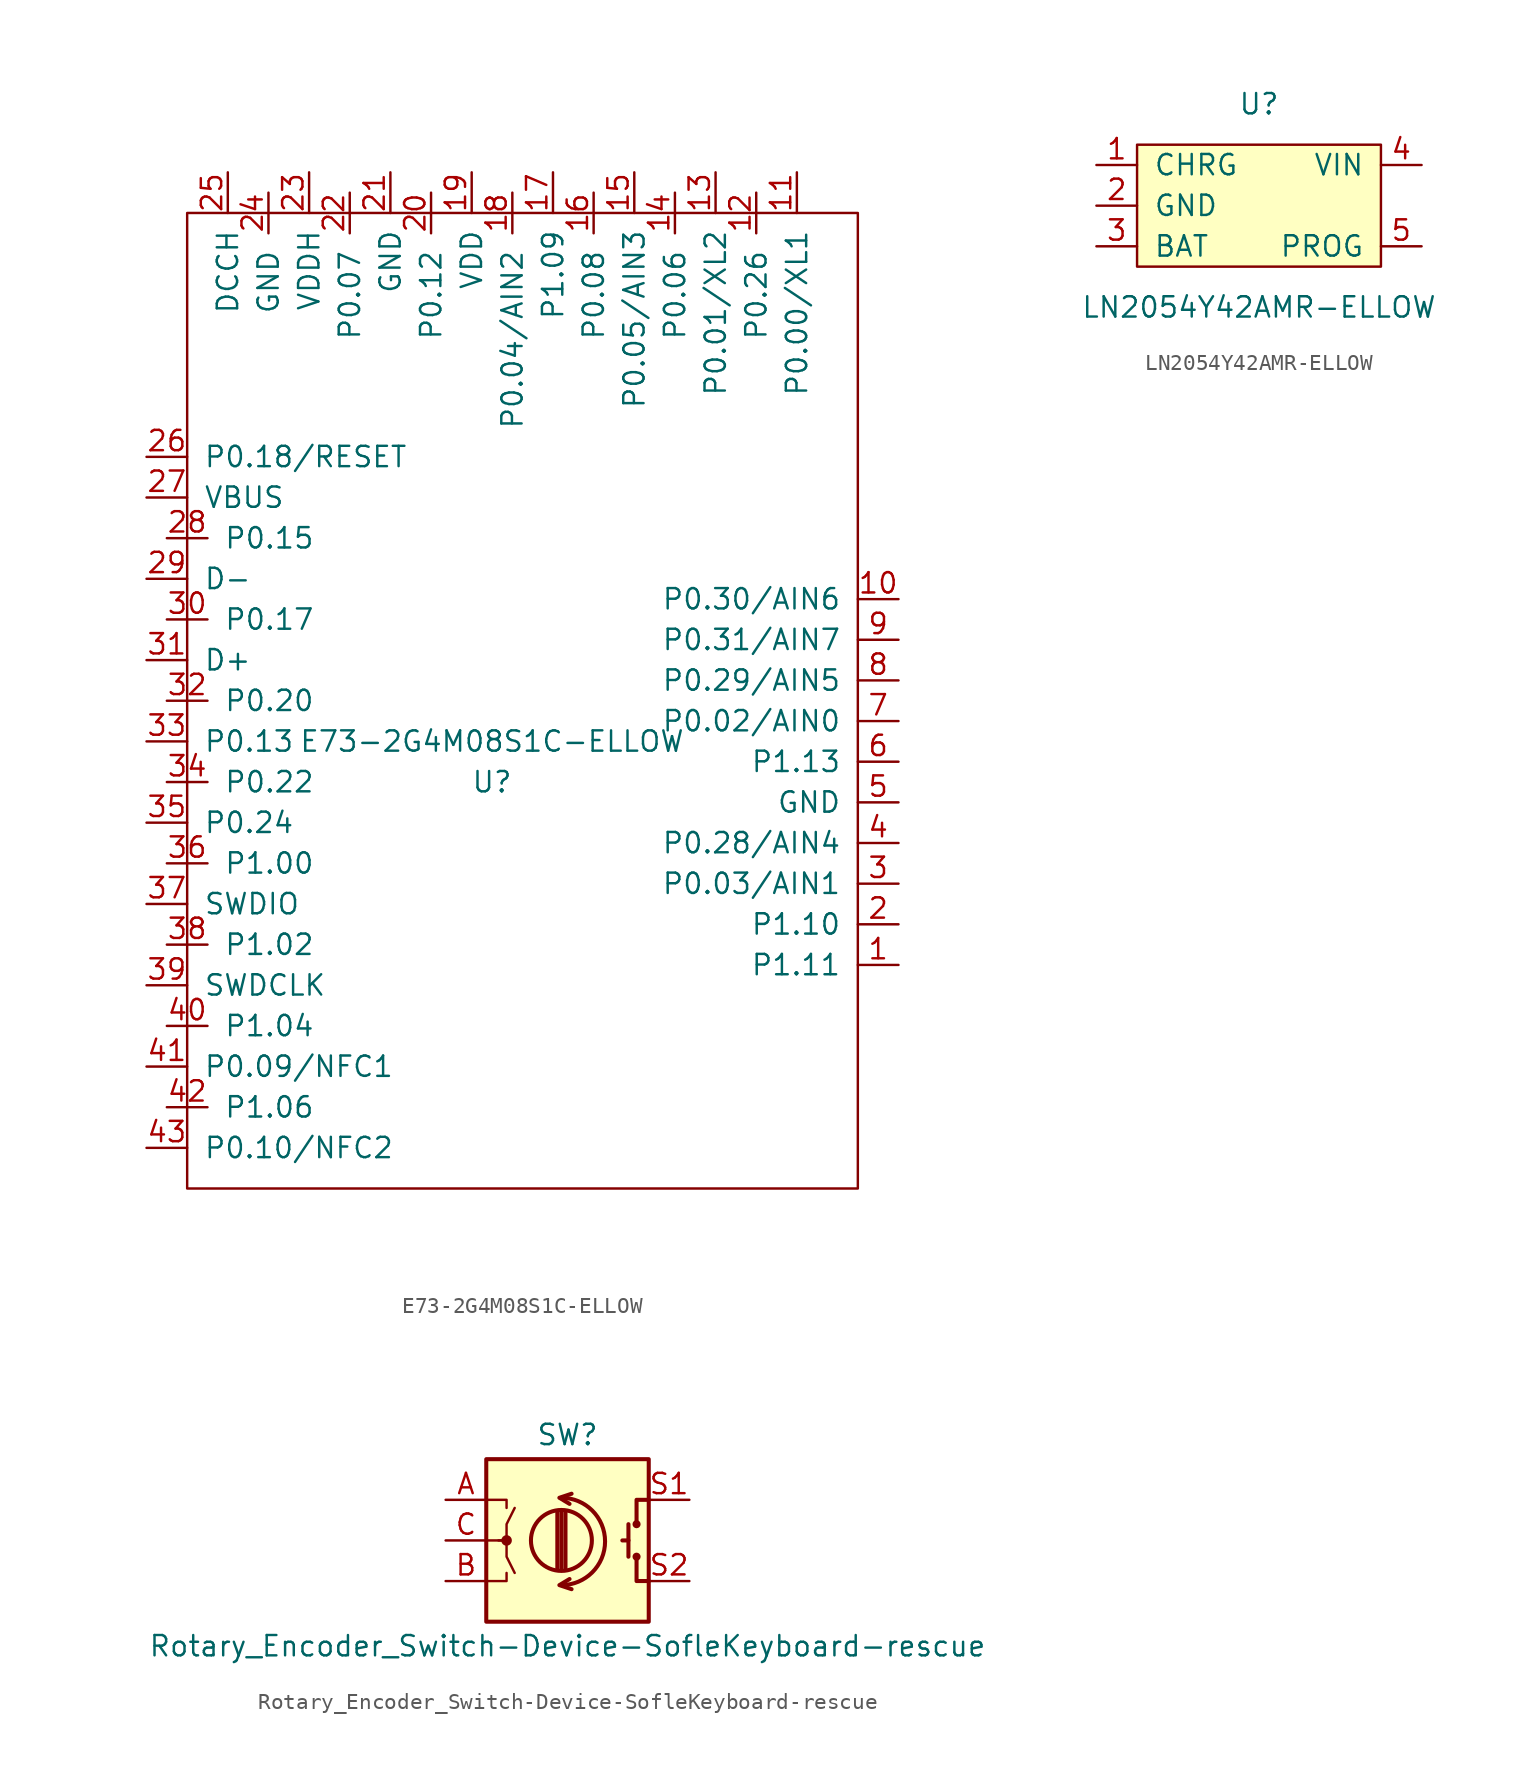
<source format=kicad_sym>
(kicad_symbol_lib
  (version 20201005)
  (generator kicad_symbol_editor)
  (symbol "E73-2G4M08S1C-ELLOW"
    (pin_names
      (offset 1.016))
    (property "Reference" "U"
      (at 0 -1.27 0)
      (effects (font (size 1.27 1.27))))
    (property "Value" "E73-2G4M08S1C-ELLOW"
      (at 0 1.27 0)
      (effects (font (size 1.27 1.27))))
    (symbol "E73-2G4M08S1C-ELLOW_0_0"
      (pin bidirectional line (at 25.4 10.16 180) (length 2.54) (name "P0.30/AIN6" (effects (font (size 1.27 1.27)))) (number "10" (effects (font (size 1.27 1.27)))))
      (pin bidirectional line (at 19.05 36.83 270) (length 2.54) (name "P0.00/XL1" (effects (font (size 1.27 1.27)))) (number "11" (effects (font (size 1.27 1.27)))))
      (pin bidirectional line (at 16.51 35.56 270) (length 2.54) (name "P0.26" (effects (font (size 1.27 1.27)))) (number "12" (effects (font (size 1.27 1.27)))))
      (pin bidirectional line (at 13.97 36.83 270) (length 2.54) (name "P0.01/XL2" (effects (font (size 1.27 1.27)))) (number "13" (effects (font (size 1.27 1.27)))))
      (pin bidirectional line (at 11.43 35.56 270) (length 2.54) (name "P0.06" (effects (font (size 1.27 1.27)))) (number "14" (effects (font (size 1.27 1.27)))))
      (pin bidirectional line (at 8.89 36.83 270) (length 2.54) (name "P0.05/AIN3" (effects (font (size 1.27 1.27)))) (number "15" (effects (font (size 1.27 1.27)))))
      (pin bidirectional line (at 6.35 35.56 270) (length 2.54) (name "P0.08" (effects (font (size 1.27 1.27)))) (number "16" (effects (font (size 1.27 1.27)))))
      (pin bidirectional line (at 3.81 36.83 270) (length 2.54) (name "P1.09" (effects (font (size 1.27 1.27)))) (number "17" (effects (font (size 1.27 1.27)))))
      (pin bidirectional line (at 1.27 35.56 270) (length 2.54) (name "P0.04/AIN2" (effects (font (size 1.27 1.27)))) (number "18" (effects (font (size 1.27 1.27)))))
      (pin unspecified line (at -1.27 36.83 270) (length 2.54) (name "VDD" (effects (font (size 1.27 1.27)))) (number "19" (effects (font (size 1.27 1.27)))))
      (pin bidirectional line (at -3.81 35.56 270) (length 2.54) (name "P0.12" (effects (font (size 1.27 1.27)))) (number "20" (effects (font (size 1.27 1.27)))))
      (pin unspecified line (at -6.35 36.83 270) (length 2.54) (name "GND" (effects (font (size 1.27 1.27)))) (number "21" (effects (font (size 1.27 1.27)))))
      (pin bidirectional line (at -8.89 35.56 270) (length 2.54) (name "P0.07" (effects (font (size 1.27 1.27)))) (number "22" (effects (font (size 1.27 1.27)))))
      (pin unspecified line (at -11.43 36.83 270) (length 2.54) (name "VDDH" (effects (font (size 1.27 1.27)))) (number "23" (effects (font (size 1.27 1.27)))))
      (pin unspecified line (at -13.97 35.56 270) (length 2.54) (name "GND" (effects (font (size 1.27 1.27)))) (number "24" (effects (font (size 1.27 1.27)))))
      (pin bidirectional line (at -16.51 36.83 270) (length 2.54) (name "DCCH" (effects (font (size 1.27 1.27)))) (number "25" (effects (font (size 1.27 1.27)))))
      (pin bidirectional line (at -21.59 19.05 0) (length 2.54) (name "P0.18/RESET" (effects (font (size 1.27 1.27)))) (number "26" (effects (font (size 1.27 1.27)))))
      (pin unspecified line (at -21.59 16.51 0) (length 2.54) (name "VBUS" (effects (font (size 1.27 1.27)))) (number "27" (effects (font (size 1.27 1.27)))))
      (pin bidirectional line (at -20.32 13.97 0) (length 2.54) (name "P0.15" (effects (font (size 1.27 1.27)))) (number "28" (effects (font (size 1.27 1.27)))))
      (pin output line (at -21.59 11.43 0) (length 2.54) (name "D-" (effects (font (size 1.27 1.27)))) (number "29" (effects (font (size 1.27 1.27)))))
      (pin bidirectional line (at -20.32 8.89 0) (length 2.54) (name "P0.17" (effects (font (size 1.27 1.27)))) (number "30" (effects (font (size 1.27 1.27)))))
      (pin output line (at -21.59 6.35 0) (length 2.54) (name "D+" (effects (font (size 1.27 1.27)))) (number "31" (effects (font (size 1.27 1.27)))))
      (pin bidirectional line (at -20.32 3.81 0) (length 2.54) (name "P0.20" (effects (font (size 1.27 1.27)))) (number "32" (effects (font (size 1.27 1.27)))))
      (pin bidirectional line (at -21.59 1.27 0) (length 2.54) (name "P0.13" (effects (font (size 1.27 1.27)))) (number "33" (effects (font (size 1.27 1.27)))))
      (pin bidirectional line (at -20.32 -1.27 0) (length 2.54) (name "P0.22" (effects (font (size 1.27 1.27)))) (number "34" (effects (font (size 1.27 1.27)))))
      (pin bidirectional line (at -21.59 -3.81 0) (length 2.54) (name "P0.24" (effects (font (size 1.27 1.27)))) (number "35" (effects (font (size 1.27 1.27)))))
      (pin bidirectional line (at -20.32 -6.35 0) (length 2.54) (name "P1.00" (effects (font (size 1.27 1.27)))) (number "36" (effects (font (size 1.27 1.27)))))
      (pin unspecified line (at -21.59 -8.89 0) (length 2.54) (name "SWDIO" (effects (font (size 1.27 1.27)))) (number "37" (effects (font (size 1.27 1.27)))))
      (pin bidirectional line (at -20.32 -11.43 0) (length 2.54) (name "P1.02" (effects (font (size 1.27 1.27)))) (number "38" (effects (font (size 1.27 1.27)))))
      (pin unspecified line (at -21.59 -13.97 0) (length 2.54) (name "SWDCLK" (effects (font (size 1.27 1.27)))) (number "39" (effects (font (size 1.27 1.27)))))
      (pin bidirectional line (at -20.32 -16.51 0) (length 2.54) (name "P1.04" (effects (font (size 1.27 1.27)))) (number "40" (effects (font (size 1.27 1.27)))))
      (pin bidirectional line (at -21.59 -19.05 0) (length 2.54) (name "P0.09/NFC1" (effects (font (size 1.27 1.27)))) (number "41" (effects (font (size 1.27 1.27)))))
      (pin bidirectional line (at -20.32 -21.59 0) (length 2.54) (name "P1.06" (effects (font (size 1.27 1.27)))) (number "42" (effects (font (size 1.27 1.27)))))
      (pin bidirectional line (at -21.59 -24.13 0) (length 2.54) (name "P0.10/NFC2" (effects (font (size 1.27 1.27)))) (number "43" (effects (font (size 1.27 1.27)))))
      (pin bidirectional line (at 25.4 5.08 180) (length 2.54) (name "P0.29/AIN5" (effects (font (size 1.27 1.27)))) (number "8" (effects (font (size 1.27 1.27)))))
      (pin bidirectional line (at 25.4 7.62 180) (length 2.54) (name "P0.31/AIN7" (effects (font (size 1.27 1.27)))) (number "9" (effects (font (size 1.27 1.27))))))
    (symbol "E73-2G4M08S1C-ELLOW_0_1"
      (rectangle (start -19.05 34.29) (end 22.86 -26.67) (stroke (width 0)) (fill (type none))))
    (symbol "E73-2G4M08S1C-ELLOW_1_1"
      (pin bidirectional line (at 25.4 -12.7 180) (length 2.54) (name "P1.11" (effects (font (size 1.27 1.27)))) (number "1" (effects (font (size 1.27 1.27)))))
      (pin bidirectional line (at 25.4 -10.16 180) (length 2.54) (name "P1.10" (effects (font (size 1.27 1.27)))) (number "2" (effects (font (size 1.27 1.27)))))
      (pin bidirectional line (at 25.4 -7.62 180) (length 2.54) (name "P0.03/AIN1" (effects (font (size 1.27 1.27)))) (number "3" (effects (font (size 1.27 1.27)))))
      (pin bidirectional line (at 25.4 -5.08 180) (length 2.54) (name "P0.28/AIN4" (effects (font (size 1.27 1.27)))) (number "4" (effects (font (size 1.27 1.27)))))
      (pin power_in line (at 25.4 -2.54 180) (length 2.54) (name "GND" (effects (font (size 1.27 1.27)))) (number "5" (effects (font (size 1.27 1.27)))))
      (pin bidirectional line (at 25.4 0 180) (length 2.54) (name "P1.13" (effects (font (size 1.27 1.27)))) (number "6" (effects (font (size 1.27 1.27)))))
      (pin bidirectional line (at 25.4 2.54 180) (length 2.54) (name "P0.02/AIN0" (effects (font (size 1.27 1.27)))) (number "7" (effects (font (size 1.27 1.27)))))))
  (symbol "LN2054Y42AMR-ELLOW"
    (pin_names
      (offset 1.016))
    (property "Reference" "U"
      (at 0 6.35 0)
      (effects (font (size 1.27 1.27))))
    (property "Value" "LN2054Y42AMR-ELLOW"
      (at 0 -6.35 0)
      (effects (font (size 1.27 1.27))))
    (symbol "LN2054Y42AMR-ELLOW_0_1"
      (rectangle (start 7.62 -3.81) (end -7.62 3.81) (stroke (width 0)) (fill (type background))))
    (symbol "LN2054Y42AMR-ELLOW_1_1"
      (pin output line (at -10.16 2.54 0) (length 2.54) (name "CHRG" (effects (font (size 1.27 1.27)))) (number "1" (effects (font (size 1.27 1.27)))))
      (pin power_in line (at -10.16 0 0) (length 2.54) (name "GND" (effects (font (size 1.27 1.27)))) (number "2" (effects (font (size 1.27 1.27)))))
      (pin power_out line (at -10.16 -2.54 0) (length 2.54) (name "BAT" (effects (font (size 1.27 1.27)))) (number "3" (effects (font (size 1.27 1.27)))))
      (pin power_in line (at 10.16 2.54 180) (length 2.54) (name "VIN" (effects (font (size 1.27 1.27)))) (number "4" (effects (font (size 1.27 1.27)))))
      (pin input line (at 10.16 -2.54 180) (length 2.54) (name "PROG" (effects (font (size 1.27 1.27)))) (number "5" (effects (font (size 1.27 1.27)))))))
  (symbol "Rotary_Encoder_Switch-Device-SofleKeyboard-rescue"
    (pin_names
      (offset 0.254) hide)
    (property "Reference" "SW"
      (at 0 6.604 0)
      (effects (font (size 1.27 1.27))))
    (property "Value" "Rotary_Encoder_Switch-Device-SofleKeyboard-rescue"
      (at 0 -6.604 0)
      (effects (font (size 1.27 1.27))))
    (symbol "Rotary_Encoder_Switch-Device-SofleKeyboard-rescue_0_1"
      (arc (start -0.381 -2.794) (end -0.381 2.667) (radius (at -0.381 -0.0508) (length 2.7432) (angles -89.9 89.9)) (stroke (width 0.254)) (fill (type none)))
      (circle (center -0.381 0) (radius 1.905) (stroke (width 0.254)) (fill (type none)))
      (circle (center 4.318 -1.016) (radius 0.127) (stroke (width 0.254)) (fill (type none)))
      (circle (center 4.318 1.016) (radius 0.127) (stroke (width 0.254)) (fill (type none)))
      (circle (center -3.81 0) (radius 0.254) (stroke (width 0)) (fill (type outline)))
      (rectangle (start -5.08 5.08) (end 5.08 -5.08) (stroke (width 0.254)) (fill (type background)))
      (polyline (pts (xy -0.635 -1.778) (xy -0.635 1.778)) (stroke (width 0.254)) (fill (type none)))
      (polyline (pts (xy -0.381 -1.778) (xy -0.381 1.778)) (stroke (width 0.254)) (fill (type none)))
      (polyline (pts (xy -0.127 1.778) (xy -0.127 -1.778)) (stroke (width 0.254)) (fill (type none)))
      (polyline (pts (xy 3.81 0) (xy 3.429 0)) (stroke (width 0.254)) (fill (type none)))
      (polyline (pts (xy 3.81 1.016) (xy 3.81 -1.016)) (stroke (width 0.254)) (fill (type none)))
      (polyline (pts (xy -5.08 -2.54) (xy -3.81 -2.54) (xy -3.81 -2.032)) (stroke (width 0)) (fill (type none)))
      (polyline (pts (xy -5.08 2.54) (xy -3.81 2.54) (xy -3.81 2.032)) (stroke (width 0)) (fill (type none)))
      (polyline (pts (xy 0.254 -3.048) (xy -0.508 -2.794) (xy 0.127 -2.413)) (stroke (width 0.254)) (fill (type none)))
      (polyline (pts (xy 0.254 2.921) (xy -0.508 2.667) (xy 0.127 2.286)) (stroke (width 0.254)) (fill (type none)))
      (polyline (pts (xy 5.08 -2.54) (xy 4.318 -2.54) (xy 4.318 -1.016)) (stroke (width 0.254)) (fill (type none)))
      (polyline (pts (xy 5.08 2.54) (xy 4.318 2.54) (xy 4.318 1.016)) (stroke (width 0.254)) (fill (type none)))
      (polyline (pts (xy -5.08 0) (xy -3.81 0) (xy -3.81 -1.016) (xy -3.302 -2.032)) (stroke (width 0)) (fill (type none)))
      (polyline (pts (xy -4.318 0) (xy -3.81 0) (xy -3.81 1.016) (xy -3.302 2.032)) (stroke (width 0)) (fill (type none))))
    (symbol "Rotary_Encoder_Switch-Device-SofleKeyboard-rescue_1_1"
      (pin passive line (at -7.62 2.54 0) (length 2.54) (name "A" (effects (font (size 1.27 1.27)))) (number "A" (effects (font (size 1.27 1.27)))))
      (pin passive line (at -7.62 -2.54 0) (length 2.54) (name "B" (effects (font (size 1.27 1.27)))) (number "B" (effects (font (size 1.27 1.27)))))
      (pin passive line (at -7.62 0 0) (length 2.54) (name "C" (effects (font (size 1.27 1.27)))) (number "C" (effects (font (size 1.27 1.27)))))
      (pin passive line (at 7.62 2.54 180) (length 2.54) (name "S1" (effects (font (size 1.27 1.27)))) (number "S1" (effects (font (size 1.27 1.27)))))
      (pin passive line (at 7.62 -2.54 180) (length 2.54) (name "S2" (effects (font (size 1.27 1.27)))) (number "S2" (effects (font (size 1.27 1.27))))))))
</source>
